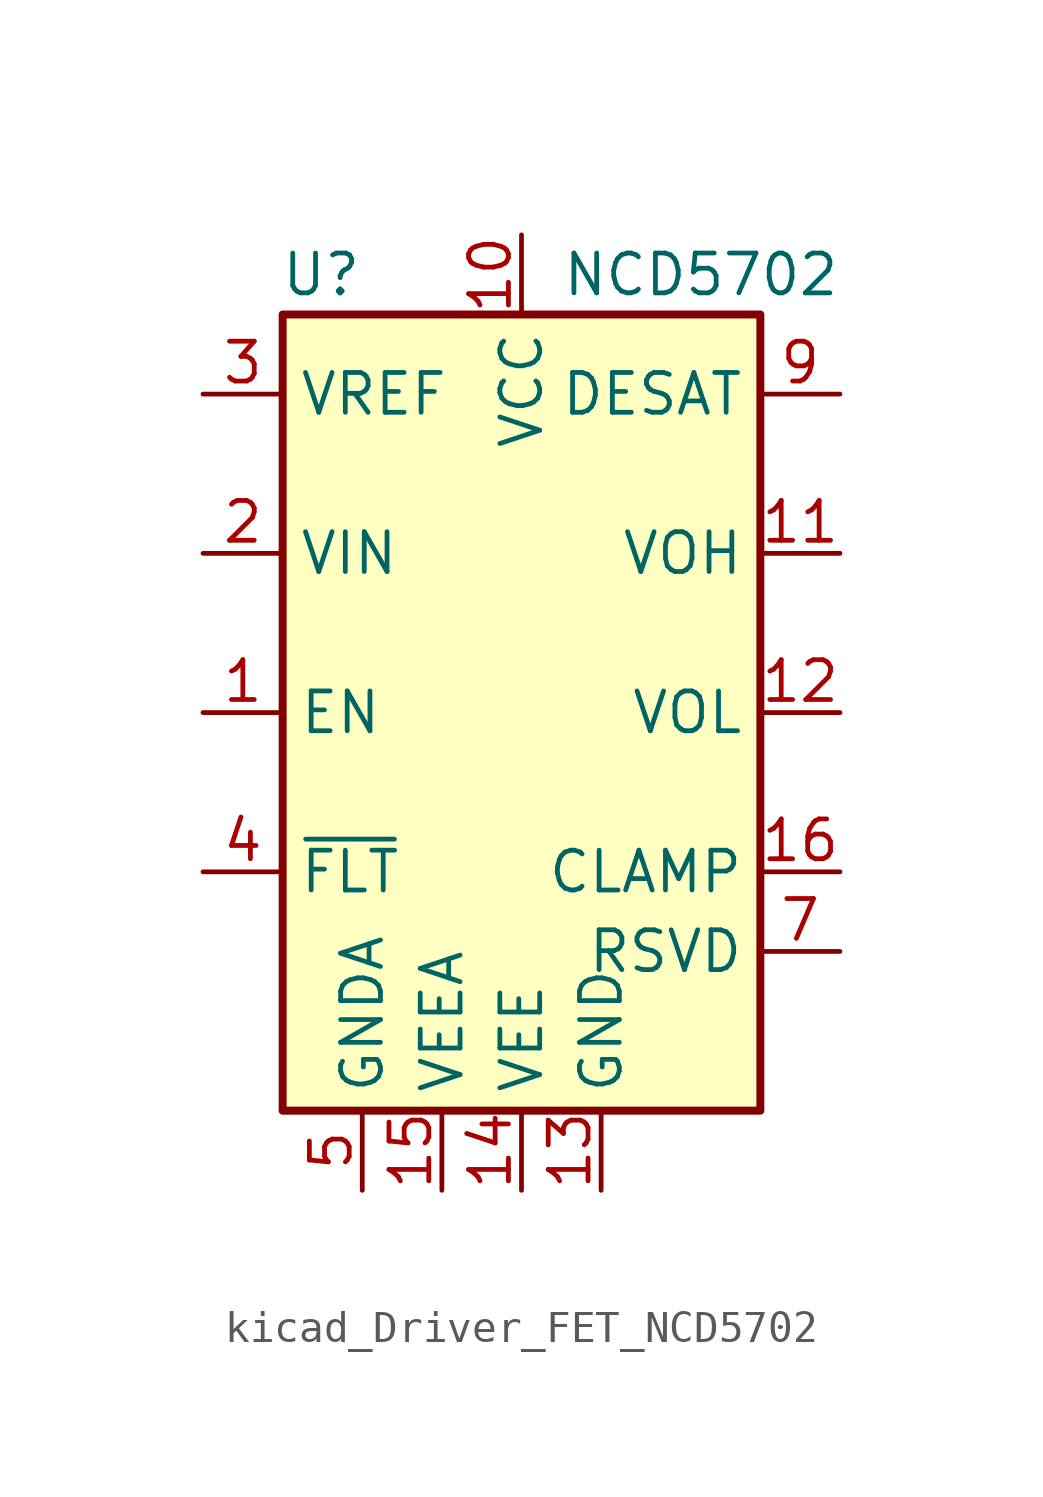
<source format=kicad_sym>
(kicad_symbol_lib
  (version 20220914)
  (generator kicad_symbol_editor)
  (symbol "kicad_Driver_FET_NCD5702"
    (property "Reference" "U"
      (at -5.08 13.97 0)
      (effects (font (size 1.27 1.27)) (justify right)))
    (property "Value" "NCD5702"
      (at 1.27 13.97 0)
      (effects (font (size 1.27 1.27)) (justify left)))
    (symbol "kicad_Driver_FET_NCD5702_0_1"
      (rectangle (start -7.62 12.7) (end 7.62 -12.7) (stroke (width 0.254) (type default)) (fill (type background))))
    (symbol "kicad_Driver_FET_NCD5702_1_1"
      (pin input line (at -10.16 0 0) (length 2.54) (name "EN" (effects (font (size 1.27 1.27)))) (number "1" (effects (font (size 1.27 1.27)))))
      (pin power_in line (at 0 15.24 270) (length 2.54) (name "VCC" (effects (font (size 1.27 1.27)))) (number "10" (effects (font (size 1.27 1.27)))))
      (pin open_emitter line (at 10.16 5.08 180) (length 2.54) (name "VOH" (effects (font (size 1.27 1.27)))) (number "11" (effects (font (size 1.27 1.27)))))
      (pin open_collector line (at 10.16 0 180) (length 2.54) (name "VOL" (effects (font (size 1.27 1.27)))) (number "12" (effects (font (size 1.27 1.27)))))
      (pin power_in line (at 2.54 -15.24 90) (length 2.54) (name "GND" (effects (font (size 1.27 1.27)))) (number "13" (effects (font (size 1.27 1.27)))))
      (pin power_in line (at 0 -15.24 90) (length 2.54) (name "VEE" (effects (font (size 1.27 1.27)))) (number "14" (effects (font (size 1.27 1.27)))))
      (pin power_in line (at -2.54 -15.24 90) (length 2.54) (name "VEEA" (effects (font (size 1.27 1.27)))) (number "15" (effects (font (size 1.27 1.27)))))
      (pin open_collector line (at 10.16 -5.08 180) (length 2.54) (name "CLAMP" (effects (font (size 1.27 1.27)))) (number "16" (effects (font (size 1.27 1.27)))))
      (pin input line (at -10.16 5.08 0) (length 2.54) (name "VIN" (effects (font (size 1.27 1.27)))) (number "2" (effects (font (size 1.27 1.27)))))
      (pin power_out line (at -10.16 10.16 0) (length 2.54) (name "VREF" (effects (font (size 1.27 1.27)))) (number "3" (effects (font (size 1.27 1.27)))))
      (pin open_collector line (at -10.16 -5.08 0) (length 2.54) (name "~{FLT}" (effects (font (size 1.27 1.27)))) (number "4" (effects (font (size 1.27 1.27)))))
      (pin power_in line (at -5.08 -15.24 90) (length 2.54) (name "GNDA" (effects (font (size 1.27 1.27)))) (number "5" (effects (font (size 1.27 1.27)))))
      (pin no_connect line (at -7.62 7.62 0) (length 2.54) hide (name "NC" (effects (font (size 1.27 1.27)))) (number "6" (effects (font (size 1.27 1.27)))))
      (pin passive line (at 10.16 -7.62 180) (length 2.54) (name "RSVD" (effects (font (size 1.27 1.27)))) (number "7" (effects (font (size 1.27 1.27)))))
      (pin no_connect line (at -7.62 2.54 0) (length 2.54) hide (name "NC" (effects (font (size 1.27 1.27)))) (number "8" (effects (font (size 1.27 1.27)))))
      (pin input line (at 10.16 10.16 180) (length 2.54) (name "DESAT" (effects (font (size 1.27 1.27)))) (number "9" (effects (font (size 1.27 1.27))))))))
</source>
